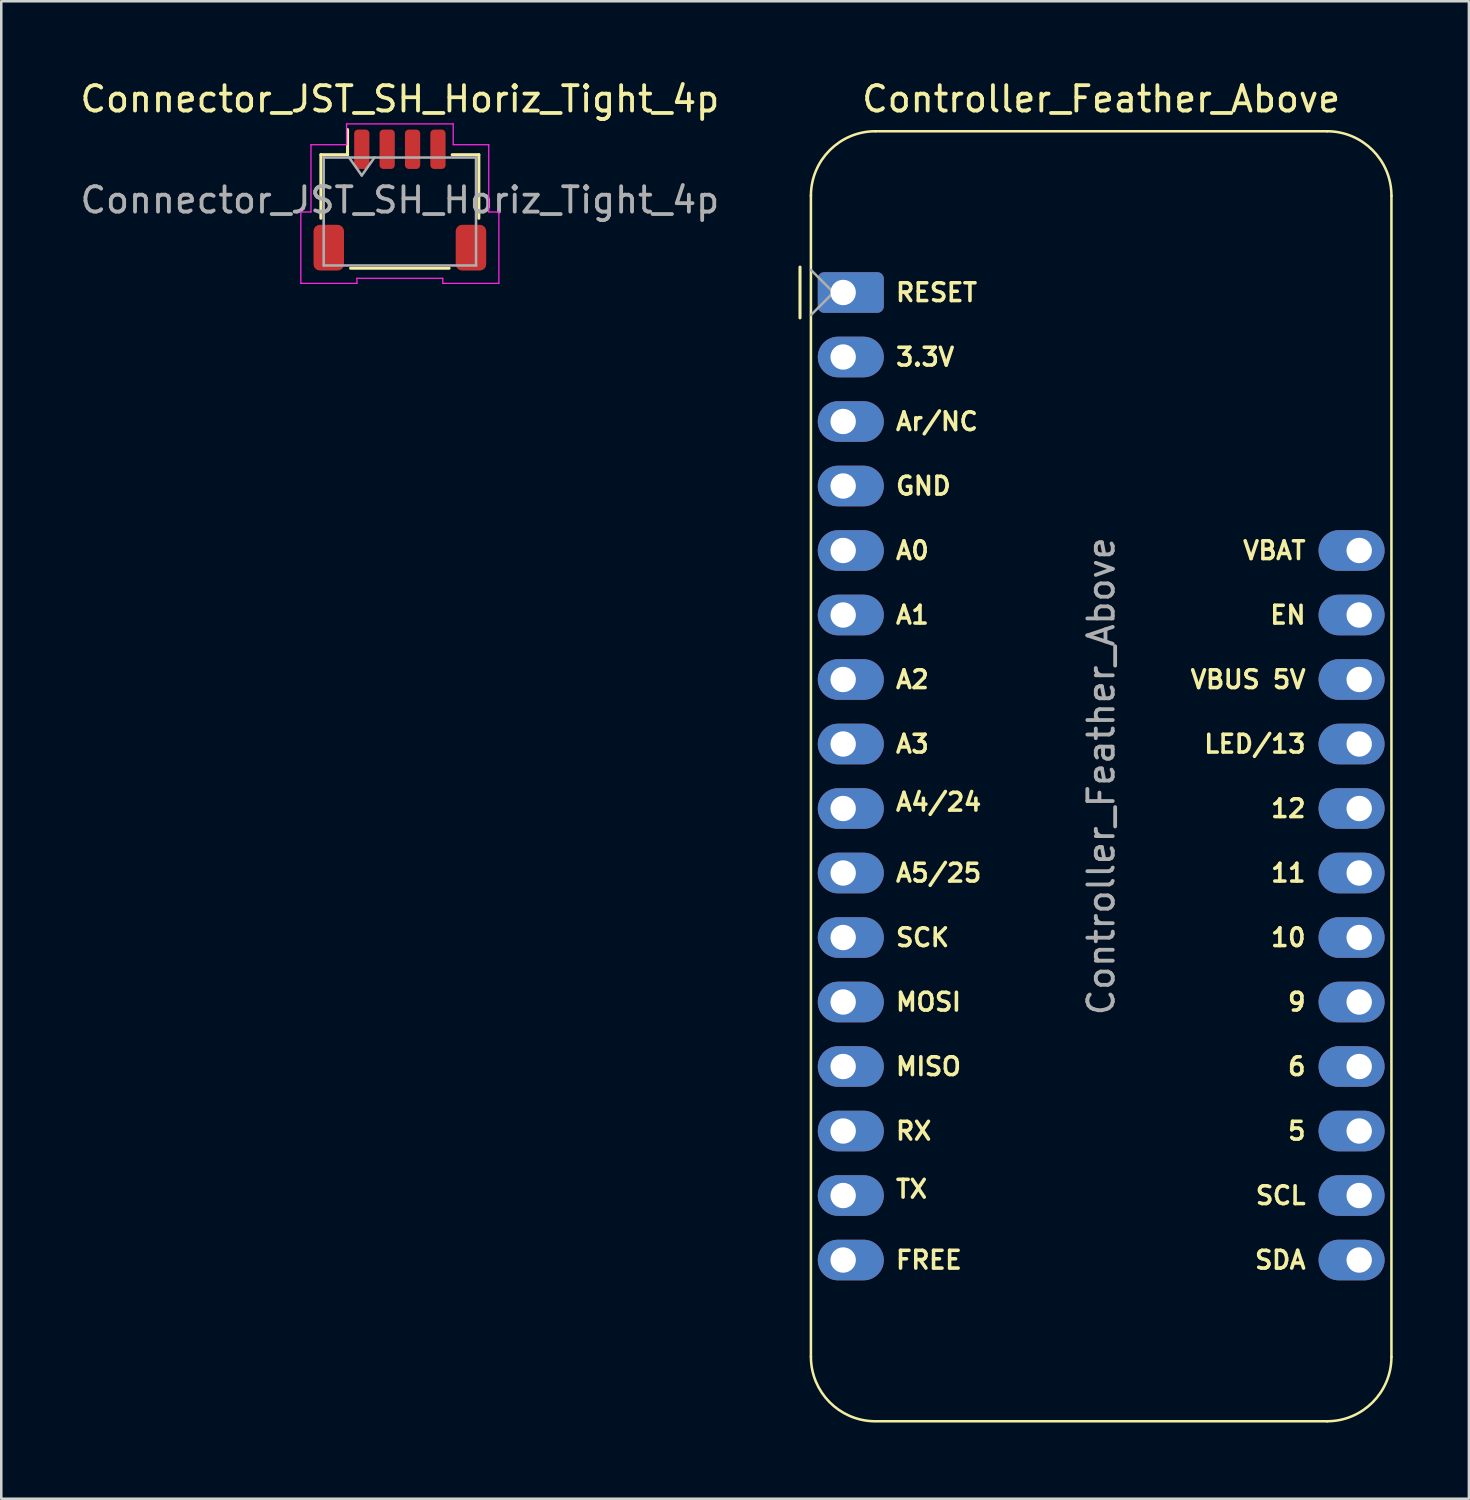
<source format=kicad_pcb>
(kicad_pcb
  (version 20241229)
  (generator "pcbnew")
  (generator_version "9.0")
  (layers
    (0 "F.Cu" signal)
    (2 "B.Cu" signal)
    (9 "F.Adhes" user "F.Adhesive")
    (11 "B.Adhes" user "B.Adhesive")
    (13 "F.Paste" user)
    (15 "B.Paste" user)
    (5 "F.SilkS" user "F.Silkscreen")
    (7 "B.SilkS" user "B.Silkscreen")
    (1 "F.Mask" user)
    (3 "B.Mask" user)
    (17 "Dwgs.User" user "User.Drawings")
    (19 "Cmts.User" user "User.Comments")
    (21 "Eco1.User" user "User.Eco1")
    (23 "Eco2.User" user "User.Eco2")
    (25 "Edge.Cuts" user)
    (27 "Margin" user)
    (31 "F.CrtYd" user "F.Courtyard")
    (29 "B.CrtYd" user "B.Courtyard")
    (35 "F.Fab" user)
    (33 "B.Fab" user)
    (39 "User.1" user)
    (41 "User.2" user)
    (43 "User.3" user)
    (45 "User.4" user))
  (footprint "Connector_JST_SH_Horiz_Tight_4p"
    (layer "F.Cu")
    (at 12.696 4.828)
    (property "Reference" "Connector_JST_SH_Horiz_Tight_4p" (at 0 -3.98 0) (layer "F.SilkS") (effects (font (size 1 1) (thickness 0.15))))
    (attr smd)
    (fp_line (start -3.11 -1.785) (end -2.06 -1.785) (stroke (width 0.12) (type solid)) (layer "F.SilkS"))
    (fp_line (start -3.11 0.715) (end -3.11 -1.785) (stroke (width 0.12) (type solid)) (layer "F.SilkS"))
    (fp_line (start -2.06 -1.785) (end -2.06 -2.775) (stroke (width 0.12) (type solid)) (layer "F.SilkS"))
    (fp_line (start -1.94 2.685) (end 1.94 2.685) (stroke (width 0.12) (type solid)) (layer "F.SilkS"))
    (fp_line (start 3.11 -1.785) (end 2.06 -1.785) (stroke (width 0.12) (type solid)) (layer "F.SilkS"))
    (fp_line (start 3.11 0.715) (end 3.11 -1.785) (stroke (width 0.12) (type solid)) (layer "F.SilkS"))
    (fp_line (start -3.9 0.47) (end -3.5 0.47) (stroke (width 0.05) (type solid)) (layer "F.CrtYd"))
    (fp_line (start -3.9 3.28) (end -3.9 0.47) (stroke (width 0.05) (type solid)) (layer "F.CrtYd"))
    (fp_line (start -3.5 -2.18) (end -2.1 -2.18) (stroke (width 0.05) (type solid)) (layer "F.CrtYd"))
    (fp_line (start -3.5 0.47) (end -3.5 -2.18) (stroke (width 0.05) (type solid)) (layer "F.CrtYd"))
    (fp_line (start -2.1 -3) (end 2.1 -3) (stroke (width 0.05) (type solid)) (layer "F.CrtYd"))
    (fp_line (start -2.1 -2.18) (end -2.1 -3) (stroke (width 0.05) (type solid)) (layer "F.CrtYd"))
    (fp_line (start -1.69 3.08) (end -1.69 3.28) (stroke (width 0.05) (type solid)) (layer "F.CrtYd"))
    (fp_line (start -1.69 3.28) (end -3.9 3.28) (stroke (width 0.05) (type solid)) (layer "F.CrtYd"))
    (fp_line (start 1.69 3.08) (end -1.69 3.08) (stroke (width 0.05) (type solid)) (layer "F.CrtYd"))
    (fp_line (start 1.69 3.28) (end 1.69 3.08) (stroke (width 0.05) (type solid)) (layer "F.CrtYd"))
    (fp_line (start 2.1 -3) (end 2.1 -2.18) (stroke (width 0.05) (type solid)) (layer "F.CrtYd"))
    (fp_line (start 2.1 -2.18) (end 3.5 -2.18) (stroke (width 0.05) (type solid)) (layer "F.CrtYd"))
    (fp_line (start 3.5 -2.18) (end 3.5 0.47) (stroke (width 0.05) (type solid)) (layer "F.CrtYd"))
    (fp_line (start 3.5 0.47) (end 3.9 0.47) (stroke (width 0.05) (type solid)) (layer "F.CrtYd"))
    (fp_line (start 3.9 0.47) (end 3.9 3.28) (stroke (width 0.05) (type solid)) (layer "F.CrtYd"))
    (fp_line (start 3.9 3.28) (end 1.69 3.28) (stroke (width 0.05) (type solid)) (layer "F.CrtYd"))
    (fp_line (start -3 -1.675) (end -3 2.575) (stroke (width 0.1) (type solid)) (layer "F.Fab"))
    (fp_line (start -3 -1.675) (end 3 -1.675) (stroke (width 0.1) (type solid)) (layer "F.Fab"))
    (fp_line (start -3 2.575) (end 3 2.575) (stroke (width 0.1) (type solid)) (layer "F.Fab"))
    (fp_line (start -2 -1.675) (end -1.5 -0.968) (stroke (width 0.1) (type solid)) (layer "F.Fab"))
    (fp_line (start -1.5 -0.968) (end -1 -1.675) (stroke (width 0.1) (type solid)) (layer "F.Fab"))
    (fp_line (start 3 -1.675) (end 3 2.575) (stroke (width 0.1) (type solid)) (layer "F.Fab"))
    (fp_text user "${REFERENCE}" (at 0 0 0) (layer "F.Fab") (effects (font (size 1 1) (thickness 0.15))))
    (pad "1" smd roundrect (at -1.5 -2) (size 0.6 1.55) (layers "F.Cu" "F.Mask" "F.Paste") (roundrect_rratio 0.25))
    (pad "2" smd roundrect (at -0.5 -2) (size 0.6 1.55) (layers "F.Cu" "F.Mask" "F.Paste") (roundrect_rratio 0.25))
    (pad "3" smd roundrect (at 0.5 -2) (size 0.6 1.55) (layers "F.Cu" "F.Mask" "F.Paste") (roundrect_rratio 0.25))
    (pad "4" smd roundrect (at 1.5 -2) (size 0.6 1.55) (layers "F.Cu" "F.Mask" "F.Paste") (roundrect_rratio 0.25))
    (pad "MP" smd roundrect (at -2.8 1.875) (size 1.2 1.8) (layers "F.Cu" "F.Mask" "F.Paste") (roundrect_rratio 0.208))
    (pad "MP" smd roundrect (at 2.8 1.875) (size 1.2 1.8) (layers "F.Cu" "F.Mask" "F.Paste") (roundrect_rratio 0.208)))
  (footprint "Controller_Feather_Above"
    (layer "F.Cu")
    (at 30.153 8.468)
    (property "Reference" "Controller_Feather_Above" (at 10.16 -7.62 0) (layer "F.SilkS") (effects (font (size 1 1) (thickness 0.15))))
    (attr through_hole)
    (fp_line (start -1.7 1) (end -1.7 -1) (stroke (width 0.12) (type solid)) (layer "F.SilkS"))
    (fp_line (start -1.27 -3.81) (end -1.27 41.91) (stroke (width 0.1) (type solid)) (layer "F.SilkS"))
    (fp_line (start 1.27 44.45) (end 19.05 44.45) (stroke (width 0.1) (type solid)) (layer "F.SilkS"))
    (fp_line (start 19.05 -6.35) (end 1.27 -6.35) (stroke (width 0.1) (type solid)) (layer "F.SilkS"))
    (fp_line (start 21.59 41.91) (end 21.59 -3.81) (stroke (width 0.1) (type solid)) (layer "F.SilkS"))
    (fp_arc (start -1.27 -3.81) (mid -0.526051 -5.606051) (end 1.27 -6.35) (stroke (width 0.1) (type solid)) (layer "F.SilkS"))
    (fp_arc (start 1.221238 44.449532) (mid -0.543209 43.688728) (end -1.27 41.91) (stroke (width 0.1) (type solid)) (layer "F.SilkS"))
    (fp_arc (start 19.05 -6.35) (mid 20.846051 -5.606051) (end 21.59 -3.81) (stroke (width 0.1) (type solid)) (layer "F.SilkS"))
    (fp_arc (start 21.59 41.91) (mid 20.846051 43.706051) (end 19.05 44.45) (stroke (width 0.1) (type solid)) (layer "F.SilkS"))
    (fp_line (start -1.27 -0.889) (end -0.381 0) (stroke (width 0.1) (type solid)) (layer "F.Fab"))
    (fp_line (start -0.381 0) (end -1.27 0.889) (stroke (width 0.1) (type solid)) (layer "F.Fab"))
    (fp_text user "VBUS 5V" (at 18.288 15.24 0) (unlocked yes) (layer "F.SilkS") (effects (font (size 0.7 0.7) (thickness 0.14) (bold yes)) (justify right)))
    (fp_text user "RX" (at 2 33.02 0) (unlocked yes) (layer "F.SilkS") (effects (font (size 0.7 0.7) (thickness 0.14) (bold yes)) (justify left)))
    (fp_text user "TX" (at 2 35.306 0) (unlocked yes) (layer "F.SilkS") (effects (font (size 0.7 0.7) (thickness 0.14) (bold yes)) (justify left)))
    (fp_text user "12" (at 18.288 20.32 0) (unlocked yes) (layer "F.SilkS") (effects (font (size 0.7 0.7) (thickness 0.14) (bold yes)) (justify right)))
    (fp_text user "11" (at 18.288 22.86 0) (unlocked yes) (layer "F.SilkS") (effects (font (size 0.7 0.7) (thickness 0.14) (bold yes)) (justify right)))
    (fp_text user "SCK" (at 2 25.4 0) (unlocked yes) (layer "F.SilkS") (effects (font (size 0.7 0.7) (thickness 0.14) (bold yes)) (justify left)))
    (fp_text user "A4/24" (at 2 20.066 0) (unlocked yes) (layer "F.SilkS") (effects (font (size 0.7 0.7) (thickness 0.14) (bold yes)) (justify left)))
    (fp_text user "9" (at 18.288 27.94 0) (unlocked yes) (layer "F.SilkS") (effects (font (size 0.7 0.7) (thickness 0.14) (bold yes)) (justify right)))
    (fp_text user "SCL" (at 18.288 35.56 0) (unlocked yes) (layer "F.SilkS") (effects (font (size 0.7 0.7) (thickness 0.14) (bold yes)) (justify right)))
    (fp_text user "EN" (at 18.288 12.7 0) (unlocked yes) (layer "F.SilkS") (effects (font (size 0.7 0.7) (thickness 0.14) (bold yes)) (justify right)))
    (fp_text user "A0" (at 2 10.16 0) (unlocked yes) (layer "F.SilkS") (effects (font (size 0.7 0.7) (thickness 0.14) (bold yes)) (justify left)))
    (fp_text user "10" (at 18.288 25.4 0) (unlocked yes) (layer "F.SilkS") (effects (font (size 0.7 0.7) (thickness 0.14) (bold yes)) (justify right)))
    (fp_text user "FREE" (at 2 38.1 0) (unlocked yes) (layer "F.SilkS") (effects (font (size 0.7 0.7) (thickness 0.14) (bold yes)) (justify left)))
    (fp_text user "MISO" (at 2 30.48 0) (unlocked yes) (layer "F.SilkS") (effects (font (size 0.7 0.7) (thickness 0.14) (bold yes)) (justify left)))
    (fp_text user "RESET" (at 2 0 0) (unlocked yes) (layer "F.SilkS") (effects (font (size 0.7 0.7) (thickness 0.14) (bold yes)) (justify left)))
    (fp_text user "LED/13" (at 18.288 17.78 0) (unlocked yes) (layer "F.SilkS") (effects (font (size 0.7 0.7) (thickness 0.14) (bold yes)) (justify right)))
    (fp_text user "A3" (at 2 17.78 0) (unlocked yes) (layer "F.SilkS") (effects (font (size 0.7 0.7) (thickness 0.14) (bold yes)) (justify left)))
    (fp_text user "SDA" (at 18.288 38.1 0) (unlocked yes) (layer "F.SilkS") (effects (font (size 0.7 0.7) (thickness 0.14) (bold yes)) (justify right)))
    (fp_text user "6" (at 18.288 30.48 0) (unlocked yes) (layer "F.SilkS") (effects (font (size 0.7 0.7) (thickness 0.14) (bold yes)) (justify right)))
    (fp_text user "VBAT" (at 18.288 10.16 0) (unlocked yes) (layer "F.SilkS") (effects (font (size 0.7 0.7) (thickness 0.14) (bold yes)) (justify right)))
    (fp_text user "GND" (at 2 7.62 0) (unlocked yes) (layer "F.SilkS") (effects (font (size 0.7 0.7) (thickness 0.14) (bold yes)) (justify left)))
    (fp_text user "A2" (at 2 15.24 0) (unlocked yes) (layer "F.SilkS") (effects (font (size 0.7 0.7) (thickness 0.14) (bold yes)) (justify left)))
    (fp_text user "MOSI" (at 2 27.94 0) (unlocked yes) (layer "F.SilkS") (effects (font (size 0.7 0.7) (thickness 0.14) (bold yes)) (justify left)))
    (fp_text user "A1" (at 2 12.7 0) (unlocked yes) (layer "F.SilkS") (effects (font (size 0.7 0.7) (thickness 0.14) (bold yes)) (justify left)))
    (fp_text user "A5/25" (at 2 22.86 0) (unlocked yes) (layer "F.SilkS") (effects (font (size 0.7 0.7) (thickness 0.14) (bold yes)) (justify left)))
    (fp_text user "Ar/NC" (at 2 5.08 0) (unlocked yes) (layer "F.SilkS") (effects (font (size 0.7 0.7) (thickness 0.14) (bold yes)) (justify left)))
    (fp_text user "5" (at 18.288 33.02 0) (unlocked yes) (layer "F.SilkS") (effects (font (size 0.7 0.7) (thickness 0.14) (bold yes)) (justify right)))
    (fp_text user "3.3V" (at 2 2.54 0) (unlocked yes) (layer "F.SilkS") (effects (font (size 0.7 0.7) (thickness 0.14) (bold yes)) (justify left)))
    (fp_text user "${REFERENCE}" (at 10.16 19.05 270) (layer "F.Fab") (effects (font (size 1 1) (thickness 0.15))))
    (pad "1" thru_hole roundrect (at 0 0) (size 2.6 1.6) (drill 1 (offset 0.3 0)) (layers "*.Cu" "*.Mask") (roundrect_rratio 0.156))
    (pad "2" thru_hole oval (at 0 2.54) (size 2.6 1.6) (drill 1 (offset 0.3 0)) (layers "*.Cu" "*.Mask"))
    (pad "3" thru_hole oval (at 0 5.08) (size 2.6 1.6) (drill 1 (offset 0.3 0)) (layers "*.Cu" "*.Mask"))
    (pad "4" thru_hole oval (at 0 7.62) (size 2.6 1.6) (drill 1 (offset 0.3 0)) (layers "*.Cu" "*.Mask"))
    (pad "5" thru_hole oval (at 0 10.16) (size 2.6 1.6) (drill 1 (offset 0.3 0)) (layers "*.Cu" "*.Mask"))
    (pad "6" thru_hole oval (at 0 12.7) (size 2.6 1.6) (drill 1 (offset 0.3 0)) (layers "*.Cu" "*.Mask"))
    (pad "7" thru_hole oval (at 0 15.24) (size 2.6 1.6) (drill 1 (offset 0.3 0)) (layers "*.Cu" "*.Mask"))
    (pad "8" thru_hole oval (at 0 17.78) (size 2.6 1.6) (drill 1 (offset 0.3 0)) (layers "*.Cu" "*.Mask"))
    (pad "9" thru_hole oval (at 0 20.32) (size 2.6 1.6) (drill 1 (offset 0.3 0)) (layers "*.Cu" "*.Mask"))
    (pad "10" thru_hole oval (at 0 22.86) (size 2.6 1.6) (drill 1 (offset 0.3 0)) (layers "*.Cu" "*.Mask"))
    (pad "11" thru_hole oval (at 0 25.4) (size 2.6 1.6) (drill 1 (offset 0.3 0)) (layers "*.Cu" "*.Mask"))
    (pad "12" thru_hole oval (at 0 27.94) (size 2.6 1.6) (drill 1 (offset 0.3 0)) (layers "*.Cu" "*.Mask"))
    (pad "13" thru_hole oval (at 0 30.48) (size 2.6 1.6) (drill 1 (offset 0.3 0)) (layers "*.Cu" "*.Mask"))
    (pad "14" thru_hole oval (at 0 33.02) (size 2.6 1.6) (drill 1 (offset 0.3 0)) (layers "*.Cu" "*.Mask"))
    (pad "15" thru_hole oval (at 0 35.56) (size 2.6 1.6) (drill 1 (offset 0.3 0)) (layers "*.Cu" "*.Mask"))
    (pad "16" thru_hole oval (at 0 38.1) (size 2.6 1.6) (drill 1 (offset 0.3 0)) (layers "*.Cu" "*.Mask"))
    (pad "17" thru_hole oval (at 20.32 38.1 180) (size 2.6 1.6) (drill 1 (offset 0.3 0)) (layers "*.Cu" "*.Mask"))
    (pad "18" thru_hole oval (at 20.32 35.56 180) (size 2.6 1.6) (drill 1 (offset 0.3 0)) (layers "*.Cu" "*.Mask"))
    (pad "19" thru_hole oval (at 20.32 33.02 180) (size 2.6 1.6) (drill 1 (offset 0.3 0)) (layers "*.Cu" "*.Mask"))
    (pad "20" thru_hole oval (at 20.32 30.48 180) (size 2.6 1.6) (drill 1 (offset 0.3 0)) (layers "*.Cu" "*.Mask"))
    (pad "21" thru_hole oval (at 20.32 27.94 180) (size 2.6 1.6) (drill 1 (offset 0.3 0)) (layers "*.Cu" "*.Mask"))
    (pad "22" thru_hole oval (at 20.32 25.4 180) (size 2.6 1.6) (drill 1 (offset 0.3 0)) (layers "*.Cu" "*.Mask"))
    (pad "23" thru_hole oval (at 20.32 22.86 180) (size 2.6 1.6) (drill 1 (offset 0.3 0)) (layers "*.Cu" "*.Mask"))
    (pad "24" thru_hole oval (at 20.32 20.32 180) (size 2.6 1.6) (drill 1 (offset 0.3 0)) (layers "*.Cu" "*.Mask"))
    (pad "25" thru_hole oval (at 20.32 17.78 180) (size 2.6 1.6) (drill 1 (offset 0.3 0)) (layers "*.Cu" "*.Mask"))
    (pad "26" thru_hole oval (at 20.32 15.24 180) (size 2.6 1.6) (drill 1 (offset 0.3 0)) (layers "*.Cu" "*.Mask"))
    (pad "27" thru_hole oval (at 20.32 12.7 180) (size 2.6 1.6) (drill 1 (offset 0.3 0)) (layers "*.Cu" "*.Mask"))
    (pad "28" thru_hole oval (at 20.32 10.16 180) (size 2.6 1.6) (drill 1 (offset 0.3 0)) (layers "*.Cu" "*.Mask")))
  (gr_rect
    (start -3 -3)
    (end 54.793 55.968)
    (stroke (width 0.1) (type default))
    (fill no)
    (layer "Edge.Cuts")))
</source>
